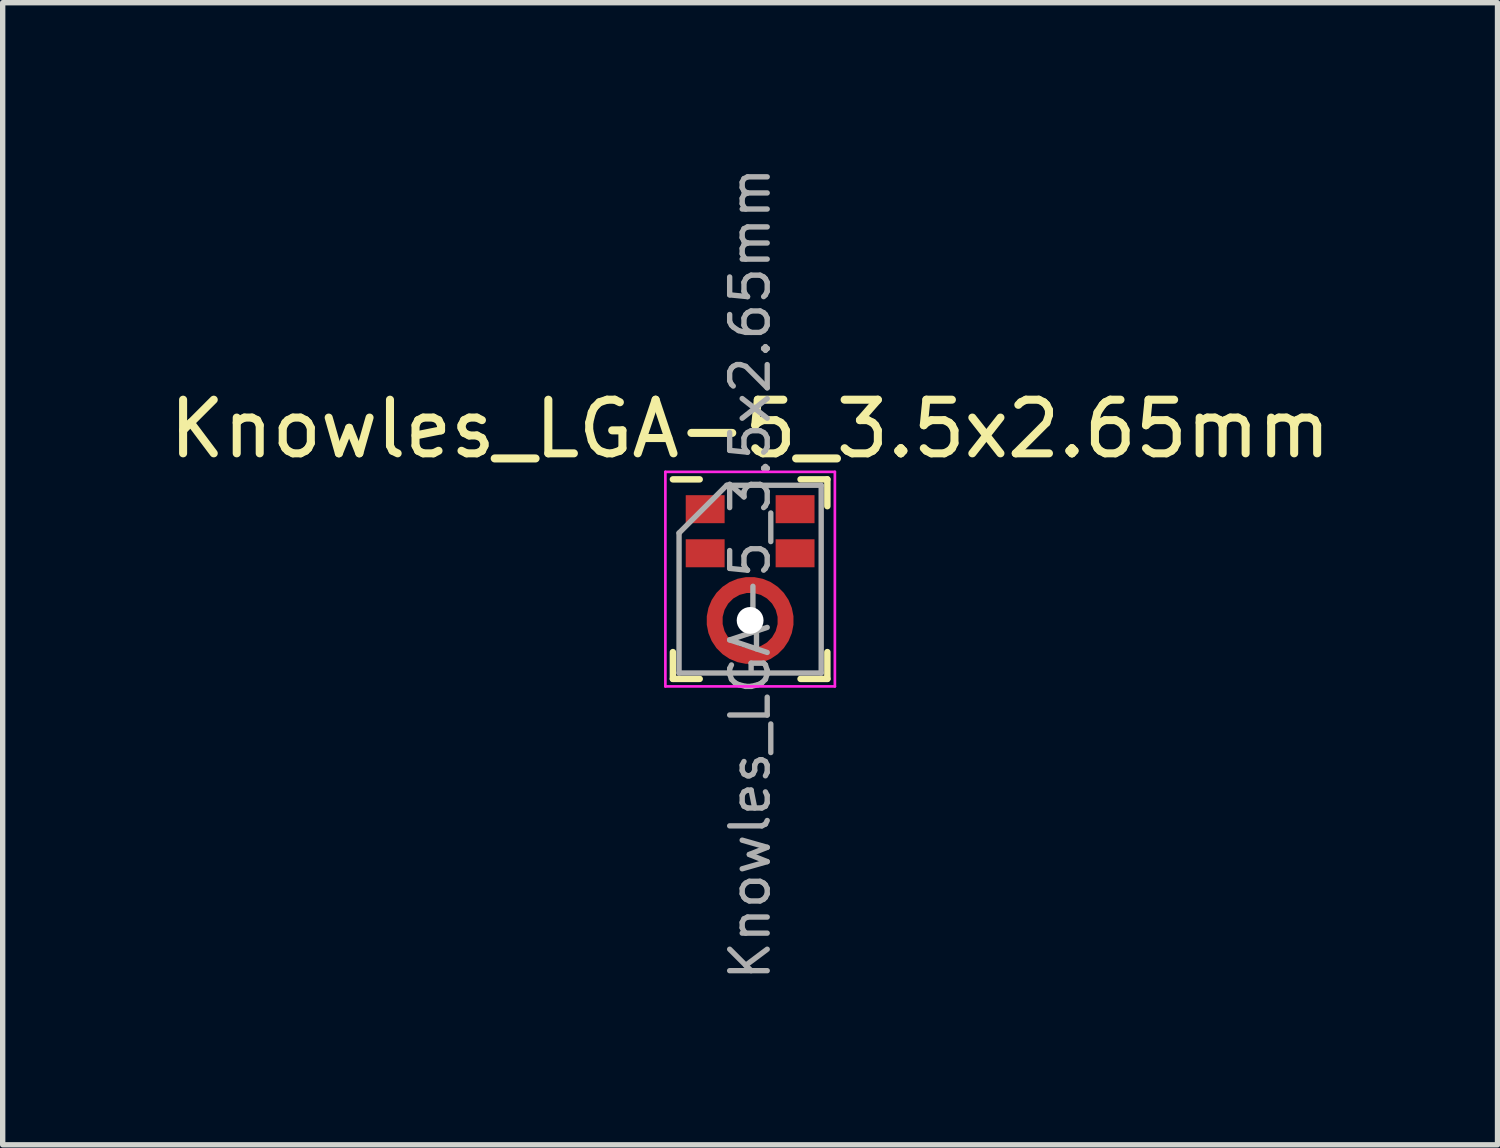
<source format=kicad_pcb>
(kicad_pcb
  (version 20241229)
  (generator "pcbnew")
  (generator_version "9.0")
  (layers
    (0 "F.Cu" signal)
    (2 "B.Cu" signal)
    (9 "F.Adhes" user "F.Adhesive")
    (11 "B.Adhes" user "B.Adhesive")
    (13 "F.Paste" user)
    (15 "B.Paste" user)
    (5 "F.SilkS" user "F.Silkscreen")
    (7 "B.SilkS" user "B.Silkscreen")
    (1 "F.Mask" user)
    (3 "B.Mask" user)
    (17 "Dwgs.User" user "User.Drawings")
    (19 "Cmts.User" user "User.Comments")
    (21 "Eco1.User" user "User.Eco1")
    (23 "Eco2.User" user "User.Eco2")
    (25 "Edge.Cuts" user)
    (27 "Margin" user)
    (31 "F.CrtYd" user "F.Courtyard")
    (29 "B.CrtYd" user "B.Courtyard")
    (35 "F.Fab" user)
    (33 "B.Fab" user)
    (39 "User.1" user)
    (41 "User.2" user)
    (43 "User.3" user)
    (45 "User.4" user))
  (footprint "Knowles_LGA-5_3.5x2.65mm"
    (layer "F.Cu")
    (at 10.935 7.747)
    (property "Reference" "Knowles_LGA-5_3.5x2.65mm" (at 0 -2.8 0) (layer "F.SilkS") (effects (font (size 1 1) (thickness 0.15))))
    (attr smd)
    (fp_line (start -1.44 1.36) (end -1.44 1.86) (stroke (width 0.12) (type solid)) (layer "F.SilkS"))
    (fp_line (start -0.94 -1.86) (end -1.44 -1.86) (stroke (width 0.12) (type solid)) (layer "F.SilkS"))
    (fp_line (start -0.94 1.86) (end -1.44 1.86) (stroke (width 0.12) (type solid)) (layer "F.SilkS"))
    (fp_line (start 1.44 -1.86) (end 0.94 -1.86) (stroke (width 0.12) (type solid)) (layer "F.SilkS"))
    (fp_line (start 1.44 -1.86) (end 1.44 -1.36) (stroke (width 0.12) (type solid)) (layer "F.SilkS"))
    (fp_line (start 1.44 1.36) (end 1.44 1.86) (stroke (width 0.12) (type solid)) (layer "F.SilkS"))
    (fp_line (start 1.44 1.86) (end 0.94 1.86) (stroke (width 0.12) (type solid)) (layer "F.SilkS"))
    (fp_arc (start -0.6 0.49) (mid -0.464769 0.298418) (end -0.271239 0.165989) (stroke (width 0.3) (type solid)) (layer "F.Paste"))
    (fp_arc (start -0.28 1.37) (mid -0.471582 1.234769) (end -0.604011 1.041239) (stroke (width 0.3) (type solid)) (layer "F.Paste"))
    (fp_arc (start 0.28 0.17) (mid 0.471401 0.305047) (end 0.603799 0.49829) (stroke (width 0.3) (type solid)) (layer "F.Paste"))
    (fp_arc (start 0.6 1.05) (mid 0.464769 1.241582) (end 0.271239 1.374011) (stroke (width 0.3) (type solid)) (layer "F.Paste"))
    (fp_line (start -1.58 -2) (end 1.58 -2) (stroke (width 0.05) (type solid)) (layer "F.CrtYd"))
    (fp_line (start -1.58 2) (end -1.58 -2) (stroke (width 0.05) (type solid)) (layer "F.CrtYd"))
    (fp_line (start 1.58 -2) (end 1.58 2) (stroke (width 0.05) (type solid)) (layer "F.CrtYd"))
    (fp_line (start 1.58 2) (end -1.58 2) (stroke (width 0.05) (type solid)) (layer "F.CrtYd"))
    (fp_line (start -1.325 1.75) (end -1.325 -0.86) (stroke (width 0.1) (type solid)) (layer "F.Fab"))
    (fp_line (start -0.435 -1.75) (end -1.325 -0.86) (stroke (width 0.1) (type solid)) (layer "F.Fab"))
    (fp_line (start 1.325 -1.75) (end -0.435 -1.75) (stroke (width 0.1) (type solid)) (layer "F.Fab"))
    (fp_line (start 1.325 -1.75) (end 1.325 1.75) (stroke (width 0.1) (type solid)) (layer "F.Fab"))
    (fp_line (start 1.325 1.75) (end -1.325 1.75) (stroke (width 0.1) (type solid)) (layer "F.Fab"))
    (fp_text user "${REFERENCE}" (at 0 -0.1 90) (layer "F.Fab") (effects (font (size 0.7 0.7) (thickness 0.1))))
    (pad "" np_thru_hole circle (at 0 0.77) (size 0.5 0.5) (drill 0.5) (layers "*.Cu" "*.Mask"))
    (pad "1" smd rect (at -0.838 -1.304) (size 0.725 0.522) (layers "F.Cu" "F.Mask" "F.Paste"))
    (pad "2" smd rect (at -0.838 -0.482) (size 0.725 0.522) (layers "F.Cu" "F.Mask" "F.Paste"))
    (pad "3" smd custom (at 0 1.433) (size 0.3 0.3) (layers "F.Cu" "F.Mask") (options (anchor circle)) (primitives (gr_circle (center 0 -0.662) (end 0.662 -0.662) (width 0.3) (fill no))))
    (pad "4" smd rect (at 0.838 -0.482) (size 0.725 0.522) (layers "F.Cu" "F.Mask" "F.Paste"))
    (pad "5" smd rect (at 0.838 -1.304) (size 0.725 0.522) (layers "F.Cu" "F.Mask" "F.Paste")))
  (gr_rect
    (start -3 -3)
    (end 24.869 18.293)
    (stroke (width 0.1) (type default))
    (fill no)
    (layer "Edge.Cuts")))
</source>
